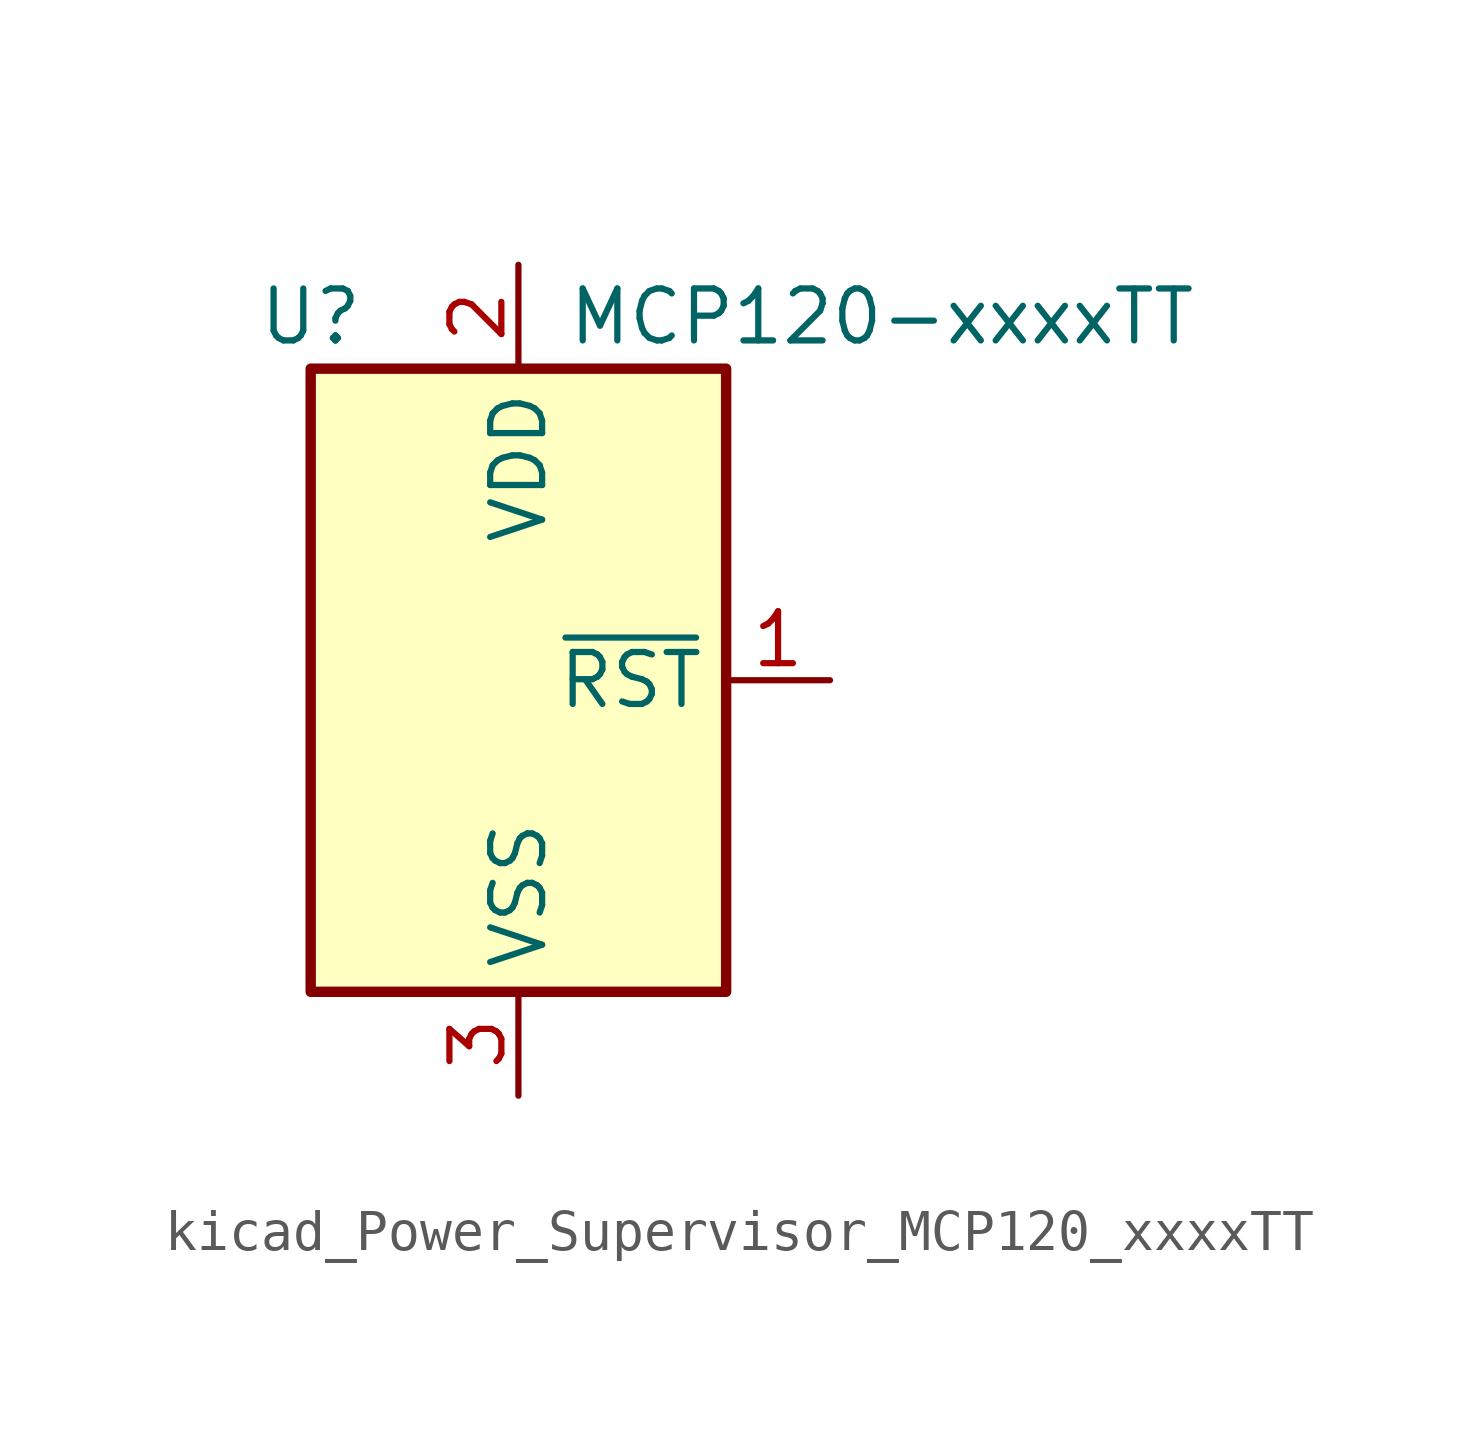
<source format=kicad_sym>
(kicad_symbol_lib
  (version 20220914)
  (generator kicad_symbol_editor)
  (symbol "kicad_Power_Supervisor_MCP120_xxxxTT"
    (property "Reference" "U"
      (at -5.08 8.89 0)
      (effects (font (size 1.27 1.27))))
    (property "Value" "MCP120-xxxxTT"
      (at 8.89 8.89 0)
      (effects (font (size 1.27 1.27))))
    (symbol "kicad_Power_Supervisor_MCP120_xxxxTT_0_1"
      (rectangle (start 5.08 7.62) (end -5.08 -7.62) (stroke (width 0.254) (type default)) (fill (type background))))
    (symbol "kicad_Power_Supervisor_MCP120_xxxxTT_1_1"
      (pin open_collector line (at 7.62 0 180) (length 2.54) (name "~{RST}" (effects (font (size 1.27 1.27)))) (number "1" (effects (font (size 1.27 1.27)))))
      (pin power_in line (at 0 10.16 270) (length 2.54) (name "VDD" (effects (font (size 1.27 1.27)))) (number "2" (effects (font (size 1.27 1.27)))))
      (pin power_in line (at 0 -10.16 90) (length 2.54) (name "VSS" (effects (font (size 1.27 1.27)))) (number "3" (effects (font (size 1.27 1.27))))))))
</source>
